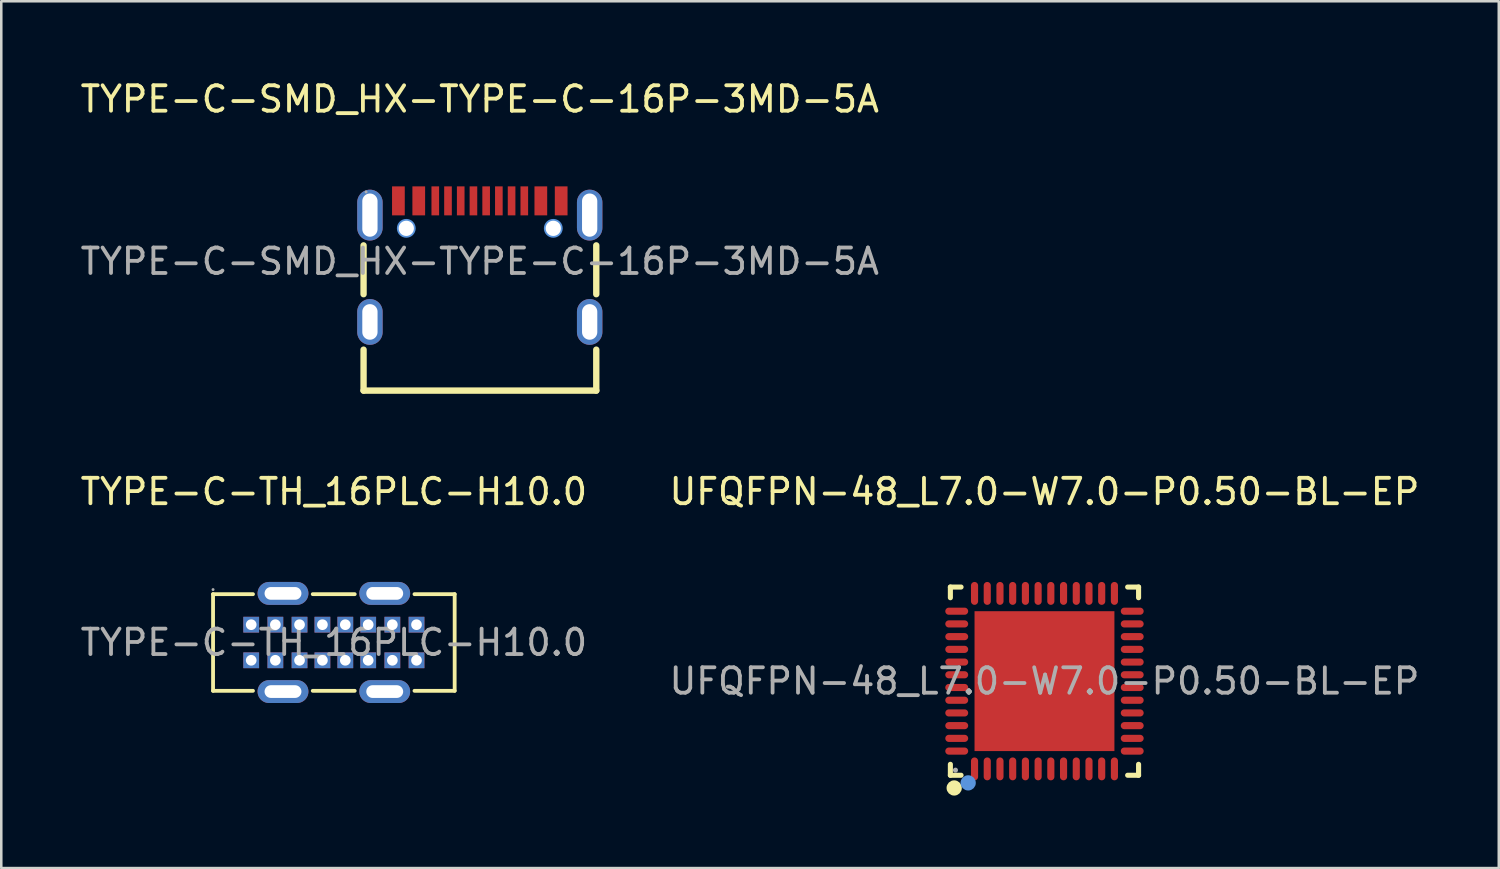
<source format=kicad_pcb>
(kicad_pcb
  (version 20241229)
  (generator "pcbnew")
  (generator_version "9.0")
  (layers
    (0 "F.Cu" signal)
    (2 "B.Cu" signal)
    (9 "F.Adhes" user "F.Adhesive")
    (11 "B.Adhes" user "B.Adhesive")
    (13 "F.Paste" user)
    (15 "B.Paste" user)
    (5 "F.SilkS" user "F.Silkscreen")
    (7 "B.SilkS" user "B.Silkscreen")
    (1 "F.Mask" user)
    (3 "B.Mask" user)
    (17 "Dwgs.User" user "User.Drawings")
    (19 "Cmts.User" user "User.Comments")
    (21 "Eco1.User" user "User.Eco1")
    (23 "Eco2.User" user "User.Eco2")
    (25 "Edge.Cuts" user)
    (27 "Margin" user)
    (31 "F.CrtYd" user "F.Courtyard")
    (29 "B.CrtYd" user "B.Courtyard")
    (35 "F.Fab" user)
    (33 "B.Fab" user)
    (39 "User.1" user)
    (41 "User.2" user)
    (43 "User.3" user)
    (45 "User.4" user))
  (footprint "TYPE-C-TH_16PLC-H10.0"
    (layer "F.Cu")
    (at 10.077 22.212)
    (property "Reference" "TYPE-C-TH_16PLC-H10.0" (at 0 -5.93 0) (layer "F.SilkS") (effects (font (size 1 1) (thickness 0.15))))
    (attr through_hole)
    (fp_line (start -4.75 -1.9) (end -4.75 1.9) (stroke (width 0.15) (type solid)) (layer "F.SilkS"))
    (fp_line (start -4.75 1.9) (end -3.18 1.9) (stroke (width 0.15) (type solid)) (layer "F.SilkS"))
    (fp_line (start -3.18 -1.9) (end -4.75 -1.9) (stroke (width 0.15) (type solid)) (layer "F.SilkS"))
    (fp_line (start -0.83 1.9) (end 0.82 1.9) (stroke (width 0.15) (type solid)) (layer "F.SilkS"))
    (fp_line (start 0.82 -1.9) (end -0.83 -1.9) (stroke (width 0.15) (type solid)) (layer "F.SilkS"))
    (fp_line (start 3.17 1.9) (end 4.75 1.9) (stroke (width 0.15) (type solid)) (layer "F.SilkS"))
    (fp_line (start 4.75 -1.9) (end 3.17 -1.9) (stroke (width 0.15) (type solid)) (layer "F.SilkS"))
    (fp_line (start 4.75 1.9) (end 4.75 -1.9) (stroke (width 0.15) (type solid)) (layer "F.SilkS"))
    (fp_circle (center -4.75 -2.08) (end -4.72 -2.08) (stroke (width 0.06) (type solid)) (fill no) (layer "F.Fab"))
    (fp_text user "${REFERENCE}" (at 0 0 0) (layer "F.Fab") (effects (font (size 1 1) (thickness 0.15))))
    (pad "A1" thru_hole rect (at -3.25 -0.7) (size 0.62 0.62) (drill 0.42) (layers "*.Cu" "*.Mask"))
    (pad "A2" thru_hole oval (at -2 -1.93) (size 2 0.9) (drill oval 1.45 0.5) (layers "*.Cu" "*.Mask"))
    (pad "A4" thru_hole rect (at -2.3 -0.7) (size 0.62 0.62) (drill 0.42) (layers "*.Cu" "*.Mask"))
    (pad "A5" thru_hole rect (at -1.35 -0.7) (size 0.62 0.62) (drill 0.42) (layers "*.Cu" "*.Mask"))
    (pad "A6" thru_hole rect (at -0.45 -0.7) (size 0.62 0.62) (drill 0.42) (layers "*.Cu" "*.Mask"))
    (pad "A7" thru_hole rect (at 0.45 -0.7) (size 0.62 0.62) (drill 0.42) (layers "*.Cu" "*.Mask"))
    (pad "A8" thru_hole rect (at 1.35 -0.7) (size 0.62 0.62) (drill 0.42) (layers "*.Cu" "*.Mask"))
    (pad "A9" thru_hole rect (at 2.3 -0.7) (size 0.62 0.62) (drill 0.42) (layers "*.Cu" "*.Mask"))
    (pad "A10" thru_hole oval (at 2 -1.93) (size 2 0.9) (drill oval 1.45 0.5) (layers "*.Cu" "*.Mask"))
    (pad "A12" thru_hole rect (at 3.25 -0.7) (size 0.62 0.62) (drill 0.42) (layers "*.Cu" "*.Mask"))
    (pad "B1" thru_hole rect (at 3.25 0.7) (size 0.62 0.62) (drill 0.42) (layers "*.Cu" "*.Mask"))
    (pad "B2" thru_hole oval (at 2 1.93) (size 2 0.9) (drill oval 1.45 0.5) (layers "*.Cu" "*.Mask"))
    (pad "B4" thru_hole rect (at 2.3 0.7) (size 0.62 0.62) (drill 0.42) (layers "*.Cu" "*.Mask"))
    (pad "B5" thru_hole rect (at 1.35 0.7) (size 0.62 0.62) (drill 0.42) (layers "*.Cu" "*.Mask"))
    (pad "B6" thru_hole rect (at 0.45 0.7) (size 0.62 0.62) (drill 0.42) (layers "*.Cu" "*.Mask"))
    (pad "B7" thru_hole rect (at -0.45 0.7) (size 0.62 0.62) (drill 0.42) (layers "*.Cu" "*.Mask"))
    (pad "B8" thru_hole rect (at -1.35 0.7) (size 0.62 0.62) (drill 0.42) (layers "*.Cu" "*.Mask"))
    (pad "B9" thru_hole rect (at -2.3 0.7) (size 0.62 0.62) (drill 0.42) (layers "*.Cu" "*.Mask"))
    (pad "B10" thru_hole oval (at -2 1.93) (size 2 0.9) (drill oval 1.45 0.5) (layers "*.Cu" "*.Mask"))
    (pad "B12" thru_hole rect (at -3.25 0.7) (size 0.62 0.62) (drill 0.42) (layers "*.Cu" "*.Mask")))
  (footprint "UFQFPN-48_L7.0-W7.0-P0.50-BL-EP"
    (layer "F.Cu")
    (at 38.018 23.732)
    (property "Reference" "UFQFPN-48_L7.0-W7.0-P0.50-BL-EP" (at 0 -7.45 0) (layer "F.SilkS") (effects (font (size 1 1) (thickness 0.15))))
    (attr smd)
    (fp_line (start -3.7 -3.7) (end -3.28 -3.7) (stroke (width 0.2) (type solid)) (layer "F.SilkS"))
    (fp_line (start -3.7 -3.28) (end -3.7 -3.7) (stroke (width 0.2) (type solid)) (layer "F.SilkS"))
    (fp_line (start -3.7 3.7) (end -3.7 3.27) (stroke (width 0.2) (type solid)) (layer "F.SilkS"))
    (fp_line (start -3.28 3.7) (end -3.7 3.7) (stroke (width 0.2) (type solid)) (layer "F.SilkS"))
    (fp_line (start 3.7 -3.7) (end 3.27 -3.7) (stroke (width 0.2) (type solid)) (layer "F.SilkS"))
    (fp_line (start 3.7 -3.28) (end 3.7 -3.7) (stroke (width 0.2) (type solid)) (layer "F.SilkS"))
    (fp_line (start 3.7 3.27) (end 3.7 3.7) (stroke (width 0.2) (type solid)) (layer "F.SilkS"))
    (fp_line (start 3.7 3.7) (end 3.27 3.7) (stroke (width 0.2) (type solid)) (layer "F.SilkS"))
    (fp_arc (start -3.55 4.2) (mid -3.55 4.2) (end -3.55 4.2) (stroke (width 0.3) (type solid)) (layer "F.SilkS"))
    (fp_circle (center -3 4) (end -2.85 4) (stroke (width 0.3) (type solid)) (fill no) (layer "Cmts.User"))
    (fp_circle (center -3.5 3.5) (end -3.45 3.5) (stroke (width 0.1) (type solid)) (fill no) (layer "F.Fab"))
    (fp_text user "${REFERENCE}" (at 0 0 0) (layer "F.Fab") (effects (font (size 1 1) (thickness 0.15))))
    (pad "1" smd oval (at -2.75 3.45) (size 0.28 0.9) (layers "F.Cu" "F.Mask" "F.Paste"))
    (pad "2" smd oval (at -2.25 3.45) (size 0.28 0.9) (layers "F.Cu" "F.Mask" "F.Paste"))
    (pad "3" smd oval (at -1.75 3.45) (size 0.28 0.9) (layers "F.Cu" "F.Mask" "F.Paste"))
    (pad "4" smd oval (at -1.25 3.45) (size 0.28 0.9) (layers "F.Cu" "F.Mask" "F.Paste"))
    (pad "5" smd oval (at -0.75 3.45) (size 0.28 0.9) (layers "F.Cu" "F.Mask" "F.Paste"))
    (pad "6" smd oval (at -0.25 3.45) (size 0.28 0.9) (layers "F.Cu" "F.Mask" "F.Paste"))
    (pad "7" smd oval (at 0.25 3.45) (size 0.28 0.9) (layers "F.Cu" "F.Mask" "F.Paste"))
    (pad "8" smd oval (at 0.75 3.45) (size 0.28 0.9) (layers "F.Cu" "F.Mask" "F.Paste"))
    (pad "9" smd oval (at 1.25 3.45) (size 0.28 0.9) (layers "F.Cu" "F.Mask" "F.Paste"))
    (pad "10" smd oval (at 1.75 3.45) (size 0.28 0.9) (layers "F.Cu" "F.Mask" "F.Paste"))
    (pad "11" smd oval (at 2.25 3.45) (size 0.28 0.9) (layers "F.Cu" "F.Mask" "F.Paste"))
    (pad "12" smd oval (at 2.75 3.45) (size 0.28 0.9) (layers "F.Cu" "F.Mask" "F.Paste"))
    (pad "13" smd oval (at 3.45 2.75) (size 0.9 0.28) (layers "F.Cu" "F.Mask" "F.Paste"))
    (pad "14" smd oval (at 3.45 2.25) (size 0.9 0.28) (layers "F.Cu" "F.Mask" "F.Paste"))
    (pad "15" smd oval (at 3.45 1.75) (size 0.9 0.28) (layers "F.Cu" "F.Mask" "F.Paste"))
    (pad "16" smd oval (at 3.45 1.25) (size 0.9 0.28) (layers "F.Cu" "F.Mask" "F.Paste"))
    (pad "17" smd oval (at 3.45 0.75) (size 0.9 0.28) (layers "F.Cu" "F.Mask" "F.Paste"))
    (pad "18" smd oval (at 3.45 0.25) (size 0.9 0.28) (layers "F.Cu" "F.Mask" "F.Paste"))
    (pad "19" smd oval (at 3.45 -0.25) (size 0.9 0.28) (layers "F.Cu" "F.Mask" "F.Paste"))
    (pad "20" smd oval (at 3.45 -0.75) (size 0.9 0.28) (layers "F.Cu" "F.Mask" "F.Paste"))
    (pad "21" smd oval (at 3.45 -1.25) (size 0.9 0.28) (layers "F.Cu" "F.Mask" "F.Paste"))
    (pad "22" smd oval (at 3.45 -1.75) (size 0.9 0.28) (layers "F.Cu" "F.Mask" "F.Paste"))
    (pad "23" smd oval (at 3.45 -2.25) (size 0.9 0.28) (layers "F.Cu" "F.Mask" "F.Paste"))
    (pad "24" smd oval (at 3.45 -2.75) (size 0.9 0.28) (layers "F.Cu" "F.Mask" "F.Paste"))
    (pad "25" smd oval (at 2.75 -3.45) (size 0.28 0.9) (layers "F.Cu" "F.Mask" "F.Paste"))
    (pad "26" smd oval (at 2.25 -3.45) (size 0.28 0.9) (layers "F.Cu" "F.Mask" "F.Paste"))
    (pad "27" smd oval (at 1.75 -3.45) (size 0.28 0.9) (layers "F.Cu" "F.Mask" "F.Paste"))
    (pad "28" smd oval (at 1.25 -3.45) (size 0.28 0.9) (layers "F.Cu" "F.Mask" "F.Paste"))
    (pad "29" smd oval (at 0.75 -3.45) (size 0.28 0.9) (layers "F.Cu" "F.Mask" "F.Paste"))
    (pad "30" smd oval (at 0.25 -3.45) (size 0.28 0.9) (layers "F.Cu" "F.Mask" "F.Paste"))
    (pad "31" smd oval (at -0.25 -3.45) (size 0.28 0.9) (layers "F.Cu" "F.Mask" "F.Paste"))
    (pad "32" smd oval (at -0.75 -3.45) (size 0.28 0.9) (layers "F.Cu" "F.Mask" "F.Paste"))
    (pad "33" smd oval (at -1.25 -3.45) (size 0.28 0.9) (layers "F.Cu" "F.Mask" "F.Paste"))
    (pad "34" smd oval (at -1.75 -3.45) (size 0.28 0.9) (layers "F.Cu" "F.Mask" "F.Paste"))
    (pad "35" smd oval (at -2.25 -3.45) (size 0.28 0.9) (layers "F.Cu" "F.Mask" "F.Paste"))
    (pad "36" smd oval (at -2.75 -3.45) (size 0.28 0.9) (layers "F.Cu" "F.Mask" "F.Paste"))
    (pad "37" smd oval (at -3.45 -2.75) (size 0.9 0.28) (layers "F.Cu" "F.Mask" "F.Paste"))
    (pad "38" smd oval (at -3.45 -2.25) (size 0.9 0.28) (layers "F.Cu" "F.Mask" "F.Paste"))
    (pad "39" smd oval (at -3.45 -1.75) (size 0.9 0.28) (layers "F.Cu" "F.Mask" "F.Paste"))
    (pad "40" smd oval (at -3.45 -1.25) (size 0.9 0.28) (layers "F.Cu" "F.Mask" "F.Paste"))
    (pad "41" smd oval (at -3.45 -0.75) (size 0.9 0.28) (layers "F.Cu" "F.Mask" "F.Paste"))
    (pad "42" smd oval (at -3.45 -0.25) (size 0.9 0.28) (layers "F.Cu" "F.Mask" "F.Paste"))
    (pad "43" smd oval (at -3.45 0.25) (size 0.9 0.28) (layers "F.Cu" "F.Mask" "F.Paste"))
    (pad "44" smd oval (at -3.45 0.75) (size 0.9 0.28) (layers "F.Cu" "F.Mask" "F.Paste"))
    (pad "45" smd oval (at -3.45 1.25) (size 0.9 0.28) (layers "F.Cu" "F.Mask" "F.Paste"))
    (pad "46" smd oval (at -3.45 1.75) (size 0.9 0.28) (layers "F.Cu" "F.Mask" "F.Paste"))
    (pad "47" smd oval (at -3.45 2.25) (size 0.9 0.28) (layers "F.Cu" "F.Mask" "F.Paste"))
    (pad "48" smd oval (at -3.45 2.75) (size 0.9 0.28) (layers "F.Cu" "F.Mask" "F.Paste"))
    (pad "49" smd rect (at 0 0) (size 5.5 5.5) (layers "F.Cu" "F.Mask" "F.Paste")))
  (footprint "TYPE-C-SMD_HX-TYPE-C-16P-3MD-5A"
    (layer "F.Cu")
    (at 15.815 7.228)
    (property "Reference" "TYPE-C-SMD_HX-TYPE-C-16P-3MD-5A" (at 0 -6.38 0) (layer "F.SilkS") (effects (font (size 1 1) (thickness 0.15))))
    (attr smd)
    (fp_line (start -4.57 -0.63) (end -4.57 1.29) (stroke (width 0.25) (type solid)) (layer "F.SilkS"))
    (fp_line (start -4.57 3.47) (end -4.57 5.08) (stroke (width 0.25) (type solid)) (layer "F.SilkS"))
    (fp_line (start -4.57 5.08) (end 4.58 5.08) (stroke (width 0.25) (type solid)) (layer "F.SilkS"))
    (fp_line (start 4.58 1.29) (end 4.58 -0.63) (stroke (width 0.25) (type solid)) (layer "F.SilkS"))
    (fp_line (start 4.58 5.08) (end 4.58 3.47) (stroke (width 0.25) (type solid)) (layer "F.SilkS"))
    (fp_circle (center -2.89 -1.3) (end -2.77 -1.3) (stroke (width 0.25) (type solid)) (fill no) (layer "Cmts.User"))
    (fp_circle (center 2.89 -1.3) (end 3.01 -1.3) (stroke (width 0.25) (type solid)) (fill no) (layer "Cmts.User"))
    (fp_circle (center -4.47 -2.73) (end -4.44 -2.73) (stroke (width 0.06) (type solid)) (fill no) (layer "F.Fab"))
    (fp_text user "${REFERENCE}" (at 0 0 0) (layer "F.Fab") (effects (font (size 1 1) (thickness 0.15))))
    (pad "" thru_hole circle (at -2.89 -1.3) (size 0.6 0.6) (drill 0.6) (layers "*.Cu" "*.Mask"))
    (pad "" thru_hole circle (at 2.89 -1.3) (size 0.6 0.6) (drill 0.6) (layers "*.Cu" "*.Mask"))
    (pad "1" thru_hole oval (at -4.32 -1.82) (size 1 2) (drill oval 0.6 1.7) (layers "*.Cu" "*.Mask"))
    (pad "1" thru_hole oval (at -4.32 2.38) (size 1 1.8) (drill oval 0.6 1.4) (layers "*.Cu" "*.Mask"))
    (pad "1" thru_hole oval (at 4.32 -1.82) (size 1 2) (drill oval 0.6 1.7) (layers "*.Cu" "*.Mask"))
    (pad "1" thru_hole oval (at 4.32 2.38) (size 1 1.8) (drill oval 0.6 1.4) (layers "*.Cu" "*.Mask"))
    (pad "A1" smd rect (at -3.2 -2.38) (size 0.5 1.14) (layers "F.Cu" "F.Mask" "F.Paste"))
    (pad "A4" smd rect (at -2.4 -2.38) (size 0.5 1.14) (layers "F.Cu" "F.Mask" "F.Paste"))
    (pad "A5" smd rect (at -1.25 -2.38) (size 0.3 1.14) (layers "F.Cu" "F.Mask" "F.Paste"))
    (pad "A6" smd rect (at -0.25 -2.38) (size 0.3 1.14) (layers "F.Cu" "F.Mask" "F.Paste"))
    (pad "A7" smd rect (at 0.25 -2.38) (size 0.3 1.14) (layers "F.Cu" "F.Mask" "F.Paste"))
    (pad "A8" smd rect (at 1.25 -2.38) (size 0.3 1.14) (layers "F.Cu" "F.Mask" "F.Paste"))
    (pad "A9" smd rect (at 2.4 -2.38) (size 0.5 1.14) (layers "F.Cu" "F.Mask" "F.Paste"))
    (pad "A12" smd rect (at 3.2 -2.38) (size 0.5 1.14) (layers "F.Cu" "F.Mask" "F.Paste"))
    (pad "B5" smd rect (at 1.75 -2.38) (size 0.3 1.14) (layers "F.Cu" "F.Mask" "F.Paste"))
    (pad "B6" smd rect (at 0.75 -2.38) (size 0.3 1.14) (layers "F.Cu" "F.Mask" "F.Paste"))
    (pad "B7" smd rect (at -0.75 -2.38) (size 0.3 1.14) (layers "F.Cu" "F.Mask" "F.Paste"))
    (pad "B8" smd rect (at -1.75 -2.38) (size 0.3 1.14) (layers "F.Cu" "F.Mask" "F.Paste")))
  (gr_rect
    (start -3 -3)
    (end 55.881 31.082)
    (stroke (width 0.1) (type default))
    (fill no)
    (layer "Edge.Cuts")))
</source>
